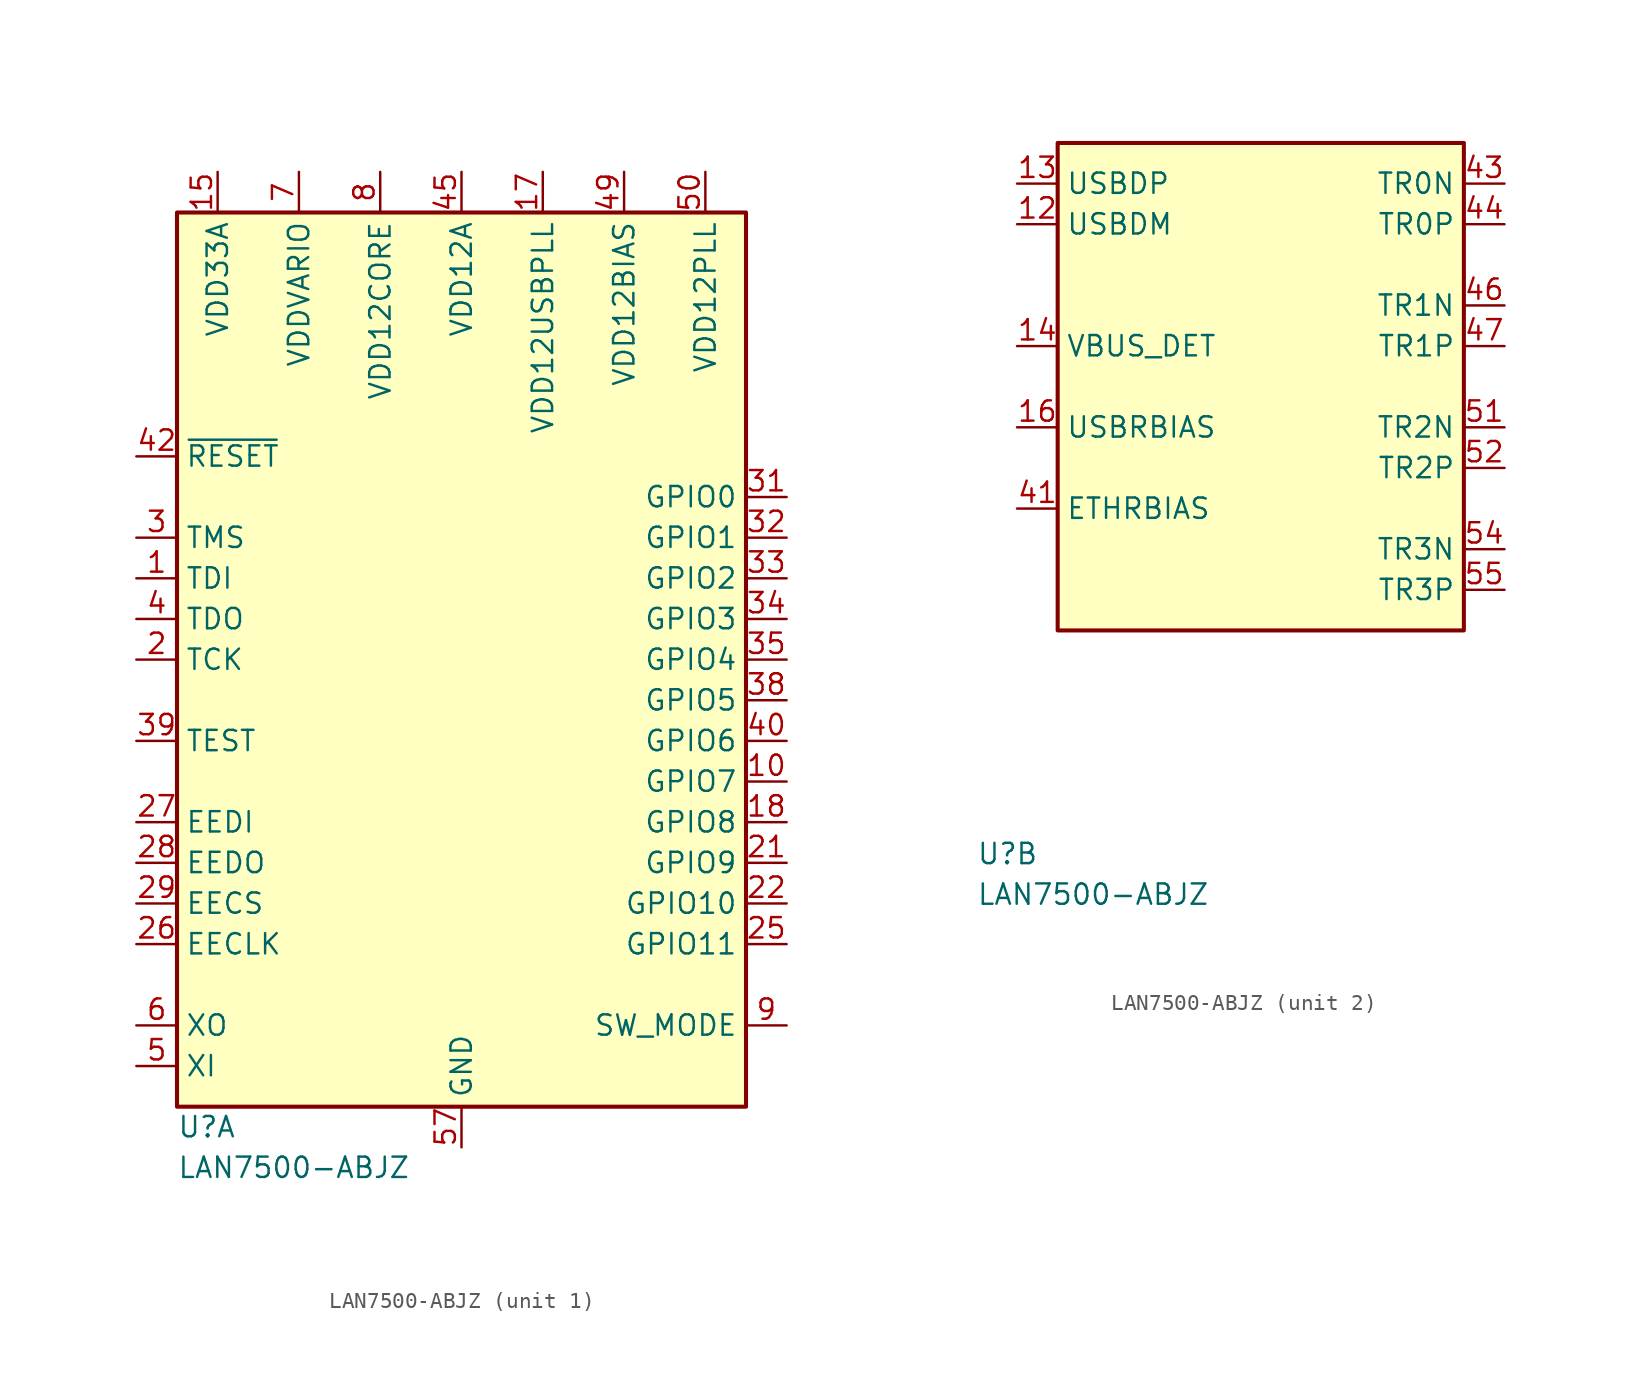
<source format=kicad_sym>
(kicad_symbol_lib
  (version 20220914)
  (generator kicad_symbol_editor)
  (symbol "LAN7500-ABJZ"
    (property "Reference" "U"
      (at -17.78 -29.21 0)
      (effects (font (size 1.27 1.27)) (justify left)))
    (property "Value" "LAN7500-ABJZ"
      (at -17.78 -31.75 0)
      (effects (font (size 1.27 1.27)) (justify left)))
    (property "ki_locked" ""
      (at 0 0 0)
      (effects (font (size 1.27 1.27))))
    (symbol "LAN7500-ABJZ_1_1"
      (rectangle (start -17.78 27.94) (end 17.78 -27.94) (stroke (width 0.254) (type default)) (fill (type background)))
      (pin input line (at -20.32 5.08 0) (length 2.54) (name "TDI" (effects (font (size 1.27 1.27)))) (number "1" (effects (font (size 1.27 1.27)))))
      (pin bidirectional line (at 20.32 -7.62 180) (length 2.54) (name "GPIO7" (effects (font (size 1.27 1.27)))) (number "10" (effects (font (size 1.27 1.27)))))
      (pin passive line (at -5.08 30.48 270) (length 2.54) hide (name "VDD12CORE" (effects (font (size 1.27 1.27)))) (number "11" (effects (font (size 1.27 1.27)))))
      (pin power_in line (at -15.24 30.48 270) (length 2.54) (name "VDD33A" (effects (font (size 1.27 1.27)))) (number "15" (effects (font (size 1.27 1.27)))))
      (pin power_in line (at 5.08 30.48 270) (length 2.54) (name "VDD12USBPLL" (effects (font (size 1.27 1.27)))) (number "17" (effects (font (size 1.27 1.27)))))
      (pin bidirectional line (at 20.32 -10.16 180) (length 2.54) (name "GPIO8" (effects (font (size 1.27 1.27)))) (number "18" (effects (font (size 1.27 1.27)))))
      (pin passive line (at -10.16 30.48 270) (length 2.54) hide (name "VDDVARIO" (effects (font (size 1.27 1.27)))) (number "19" (effects (font (size 1.27 1.27)))))
      (pin input line (at -20.32 0 0) (length 2.54) (name "TCK" (effects (font (size 1.27 1.27)))) (number "2" (effects (font (size 1.27 1.27)))))
      (pin passive line (at -5.08 30.48 270) (length 2.54) hide (name "VDD12CORE" (effects (font (size 1.27 1.27)))) (number "20" (effects (font (size 1.27 1.27)))))
      (pin bidirectional line (at 20.32 -12.7 180) (length 2.54) (name "GPIO9" (effects (font (size 1.27 1.27)))) (number "21" (effects (font (size 1.27 1.27)))))
      (pin bidirectional line (at 20.32 -15.24 180) (length 2.54) (name "GPIO10" (effects (font (size 1.27 1.27)))) (number "22" (effects (font (size 1.27 1.27)))))
      (pin passive line (at -5.08 30.48 270) (length 2.54) hide (name "VDD12CORE" (effects (font (size 1.27 1.27)))) (number "23" (effects (font (size 1.27 1.27)))))
      (pin passive line (at -10.16 30.48 270) (length 2.54) hide (name "VDDVARIO" (effects (font (size 1.27 1.27)))) (number "24" (effects (font (size 1.27 1.27)))))
      (pin bidirectional line (at 20.32 -17.78 180) (length 2.54) (name "GPIO11" (effects (font (size 1.27 1.27)))) (number "25" (effects (font (size 1.27 1.27)))))
      (pin output line (at -20.32 -17.78 0) (length 2.54) (name "EECLK" (effects (font (size 1.27 1.27)))) (number "26" (effects (font (size 1.27 1.27)))))
      (pin input line (at -20.32 -10.16 0) (length 2.54) (name "EEDI" (effects (font (size 1.27 1.27)))) (number "27" (effects (font (size 1.27 1.27)))))
      (pin output line (at -20.32 -12.7 0) (length 2.54) (name "EEDO" (effects (font (size 1.27 1.27)))) (number "28" (effects (font (size 1.27 1.27)))))
      (pin output line (at -20.32 -15.24 0) (length 2.54) (name "EECS" (effects (font (size 1.27 1.27)))) (number "29" (effects (font (size 1.27 1.27)))))
      (pin input line (at -20.32 7.62 0) (length 2.54) (name "TMS" (effects (font (size 1.27 1.27)))) (number "3" (effects (font (size 1.27 1.27)))))
      (pin passive line (at -5.08 30.48 270) (length 2.54) hide (name "VDD12CORE" (effects (font (size 1.27 1.27)))) (number "30" (effects (font (size 1.27 1.27)))))
      (pin bidirectional line (at 20.32 10.16 180) (length 2.54) (name "GPIO0" (effects (font (size 1.27 1.27)))) (number "31" (effects (font (size 1.27 1.27)))))
      (pin bidirectional line (at 20.32 7.62 180) (length 2.54) (name "GPIO1" (effects (font (size 1.27 1.27)))) (number "32" (effects (font (size 1.27 1.27)))))
      (pin bidirectional line (at 20.32 5.08 180) (length 2.54) (name "GPIO2" (effects (font (size 1.27 1.27)))) (number "33" (effects (font (size 1.27 1.27)))))
      (pin bidirectional line (at 20.32 2.54 180) (length 2.54) (name "GPIO3" (effects (font (size 1.27 1.27)))) (number "34" (effects (font (size 1.27 1.27)))))
      (pin bidirectional line (at 20.32 0 180) (length 2.54) (name "GPIO4" (effects (font (size 1.27 1.27)))) (number "35" (effects (font (size 1.27 1.27)))))
      (pin passive line (at -5.08 30.48 270) (length 2.54) hide (name "VDD12CORE" (effects (font (size 1.27 1.27)))) (number "36" (effects (font (size 1.27 1.27)))))
      (pin passive line (at -10.16 30.48 270) (length 2.54) hide (name "VDDVARIO" (effects (font (size 1.27 1.27)))) (number "37" (effects (font (size 1.27 1.27)))))
      (pin bidirectional line (at 20.32 -2.54 180) (length 2.54) (name "GPIO5" (effects (font (size 1.27 1.27)))) (number "38" (effects (font (size 1.27 1.27)))))
      (pin input line (at -20.32 -5.08 0) (length 2.54) (name "TEST" (effects (font (size 1.27 1.27)))) (number "39" (effects (font (size 1.27 1.27)))))
      (pin output line (at -20.32 2.54 0) (length 2.54) (name "TDO" (effects (font (size 1.27 1.27)))) (number "4" (effects (font (size 1.27 1.27)))))
      (pin bidirectional line (at 20.32 -5.08 180) (length 2.54) (name "GPIO6" (effects (font (size 1.27 1.27)))) (number "40" (effects (font (size 1.27 1.27)))))
      (pin input line (at -20.32 12.7 0) (length 2.54) (name "~{RESET}" (effects (font (size 1.27 1.27)))) (number "42" (effects (font (size 1.27 1.27)))))
      (pin power_in line (at 0 30.48 270) (length 2.54) (name "VDD12A" (effects (font (size 1.27 1.27)))) (number "45" (effects (font (size 1.27 1.27)))))
      (pin passive line (at 0 30.48 270) (length 2.54) hide (name "VDD12A" (effects (font (size 1.27 1.27)))) (number "48" (effects (font (size 1.27 1.27)))))
      (pin power_in line (at 10.16 30.48 270) (length 2.54) (name "VDD12BIAS" (effects (font (size 1.27 1.27)))) (number "49" (effects (font (size 1.27 1.27)))))
      (pin input line (at -20.32 -25.4 0) (length 2.54) (name "XI" (effects (font (size 1.27 1.27)))) (number "5" (effects (font (size 1.27 1.27)))))
      (pin power_in line (at 15.24 30.48 270) (length 2.54) (name "VDD12PLL" (effects (font (size 1.27 1.27)))) (number "50" (effects (font (size 1.27 1.27)))))
      (pin passive line (at 0 30.48 270) (length 2.54) hide (name "VDD12A" (effects (font (size 1.27 1.27)))) (number "53" (effects (font (size 1.27 1.27)))))
      (pin passive line (at 0 30.48 270) (length 2.54) hide (name "VDD12A" (effects (font (size 1.27 1.27)))) (number "56" (effects (font (size 1.27 1.27)))))
      (pin power_in line (at 0 -30.48 90) (length 2.54) (name "GND" (effects (font (size 1.27 1.27)))) (number "57" (effects (font (size 1.27 1.27)))))
      (pin output line (at -20.32 -22.86 0) (length 2.54) (name "XO" (effects (font (size 1.27 1.27)))) (number "6" (effects (font (size 1.27 1.27)))))
      (pin power_in line (at -10.16 30.48 270) (length 2.54) (name "VDDVARIO" (effects (font (size 1.27 1.27)))) (number "7" (effects (font (size 1.27 1.27)))))
      (pin power_in line (at -5.08 30.48 270) (length 2.54) (name "VDD12CORE" (effects (font (size 1.27 1.27)))) (number "8" (effects (font (size 1.27 1.27)))))
      (pin output line (at 20.32 -22.86 180) (length 2.54) (name "SW_MODE" (effects (font (size 1.27 1.27)))) (number "9" (effects (font (size 1.27 1.27))))))
    (symbol "LAN7500-ABJZ_2_1"
      (rectangle (start 12.7 -15.24) (end -12.7 15.24) (stroke (width 0.254) (type default)) (fill (type background)))
      (pin bidirectional line (at -15.24 10.16 0) (length 2.54) (name "USBDM" (effects (font (size 1.27 1.27)))) (number "12" (effects (font (size 1.27 1.27)))))
      (pin bidirectional line (at -15.24 12.7 0) (length 2.54) (name "USBDP" (effects (font (size 1.27 1.27)))) (number "13" (effects (font (size 1.27 1.27)))))
      (pin input line (at -15.24 2.54 0) (length 2.54) (name "VBUS_DET" (effects (font (size 1.27 1.27)))) (number "14" (effects (font (size 1.27 1.27)))))
      (pin passive line (at -15.24 -2.54 0) (length 2.54) (name "USBRBIAS" (effects (font (size 1.27 1.27)))) (number "16" (effects (font (size 1.27 1.27)))))
      (pin passive line (at -15.24 -7.62 0) (length 2.54) (name "ETHRBIAS" (effects (font (size 1.27 1.27)))) (number "41" (effects (font (size 1.27 1.27)))))
      (pin bidirectional line (at 15.24 12.7 180) (length 2.54) (name "TR0N" (effects (font (size 1.27 1.27)))) (number "43" (effects (font (size 1.27 1.27)))))
      (pin bidirectional line (at 15.24 10.16 180) (length 2.54) (name "TR0P" (effects (font (size 1.27 1.27)))) (number "44" (effects (font (size 1.27 1.27)))))
      (pin bidirectional line (at 15.24 5.08 180) (length 2.54) (name "TR1N" (effects (font (size 1.27 1.27)))) (number "46" (effects (font (size 1.27 1.27)))))
      (pin bidirectional line (at 15.24 2.54 180) (length 2.54) (name "TR1P" (effects (font (size 1.27 1.27)))) (number "47" (effects (font (size 1.27 1.27)))))
      (pin bidirectional line (at 15.24 -2.54 180) (length 2.54) (name "TR2N" (effects (font (size 1.27 1.27)))) (number "51" (effects (font (size 1.27 1.27)))))
      (pin bidirectional line (at 15.24 -5.08 180) (length 2.54) (name "TR2P" (effects (font (size 1.27 1.27)))) (number "52" (effects (font (size 1.27 1.27)))))
      (pin bidirectional line (at 15.24 -10.16 180) (length 2.54) (name "TR3N" (effects (font (size 1.27 1.27)))) (number "54" (effects (font (size 1.27 1.27)))))
      (pin bidirectional line (at 15.24 -12.7 180) (length 2.54) (name "TR3P" (effects (font (size 1.27 1.27)))) (number "55" (effects (font (size 1.27 1.27))))))))
</source>
